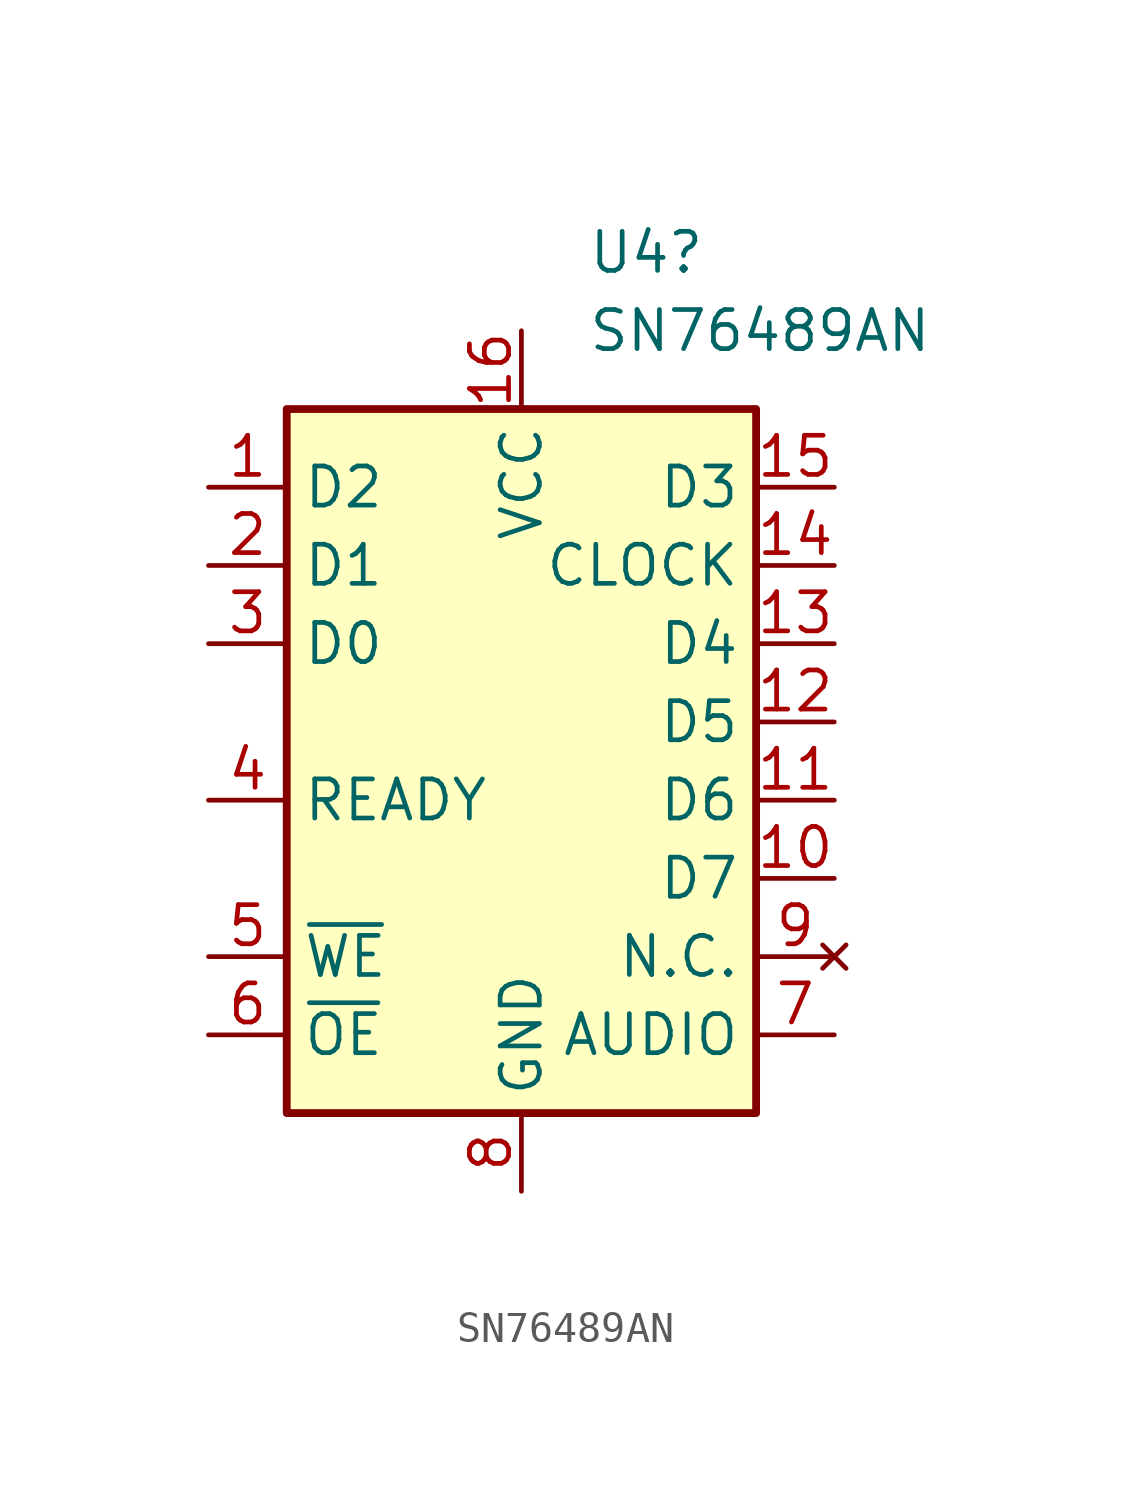
<source format=kicad_sym>
(kicad_symbol_lib
  (version 20241209)
  (generator "kicad_symbol_editor")
  (generator_version "9.0")
  (symbol "SN76489AN"
    (property "Reference" "U4"
      (at 2.143 17.78 0)
      (effects (font (size 1.27 1.27)) (justify left)))
    (property "Value" "SN76489AN"
      (at 2.143 15.24 0)
      (effects (font (size 1.27 1.27)) (justify left)))
    (symbol "SN76489AN_0_1"
      (rectangle (start -7.62 12.7) (end 7.62 -10.16) (stroke (width 0.254) (type default)) (fill (type background))))
    (symbol "SN76489AN_1_1"
      (pin input line (at -10.16 10.16 0) (length 2.54) (name "D2" (effects (font (size 1.27 1.27)))) (number "1" (effects (font (size 1.27 1.27)))))
      (pin input line (at -10.16 7.62 0) (length 2.54) (name "D1" (effects (font (size 1.27 1.27)))) (number "2" (effects (font (size 1.27 1.27)))))
      (pin input line (at -10.16 5.08 0) (length 2.54) (name "D0" (effects (font (size 1.27 1.27)))) (number "3" (effects (font (size 1.27 1.27)))))
      (pin output line (at -10.16 0 0) (length 2.54) (name "READY" (effects (font (size 1.27 1.27)))) (number "4" (effects (font (size 1.27 1.27)))))
      (pin input line (at -10.16 -5.08 0) (length 2.54) (name "~{WE}" (effects (font (size 1.27 1.27)))) (number "5" (effects (font (size 1.27 1.27)))))
      (pin input line (at -10.16 -7.62 0) (length 2.54) (name "~{OE}" (effects (font (size 1.27 1.27)))) (number "6" (effects (font (size 1.27 1.27)))))
      (pin power_in line (at 0 15.24 270) (length 2.54) (name "VCC" (effects (font (size 1.27 1.27)))) (number "16" (effects (font (size 1.27 1.27)))))
      (pin power_in line (at 0 -12.7 90) (length 2.54) (name "GND" (effects (font (size 1.27 1.27)))) (number "8" (effects (font (size 1.27 1.27)))))
      (pin input line (at 10.16 10.16 180) (length 2.54) (name "D3" (effects (font (size 1.27 1.27)))) (number "15" (effects (font (size 1.27 1.27)))))
      (pin input line (at 10.16 7.62 180) (length 2.54) (name "CLOCK" (effects (font (size 1.27 1.27)))) (number "14" (effects (font (size 1.27 1.27)))))
      (pin input line (at 10.16 5.08 180) (length 2.54) (name "D4" (effects (font (size 1.27 1.27)))) (number "13" (effects (font (size 1.27 1.27)))))
      (pin input line (at 10.16 2.54 180) (length 2.54) (name "D5" (effects (font (size 1.27 1.27)))) (number "12" (effects (font (size 1.27 1.27)))))
      (pin input line (at 10.16 0 180) (length 2.54) (name "D6" (effects (font (size 1.27 1.27)))) (number "11" (effects (font (size 1.27 1.27)))))
      (pin input line (at 10.16 -2.54 180) (length 2.54) (name "D7" (effects (font (size 1.27 1.27)))) (number "10" (effects (font (size 1.27 1.27)))))
      (pin no_connect line (at 10.16 -5.08 180) (length 2.54) (name "N.C." (effects (font (size 1.27 1.27)))) (number "9" (effects (font (size 1.27 1.27)))))
      (pin output line (at 10.16 -7.62 180) (length 2.54) (name "AUDIO" (effects (font (size 1.27 1.27)))) (number "7" (effects (font (size 1.27 1.27))))))))
</source>
